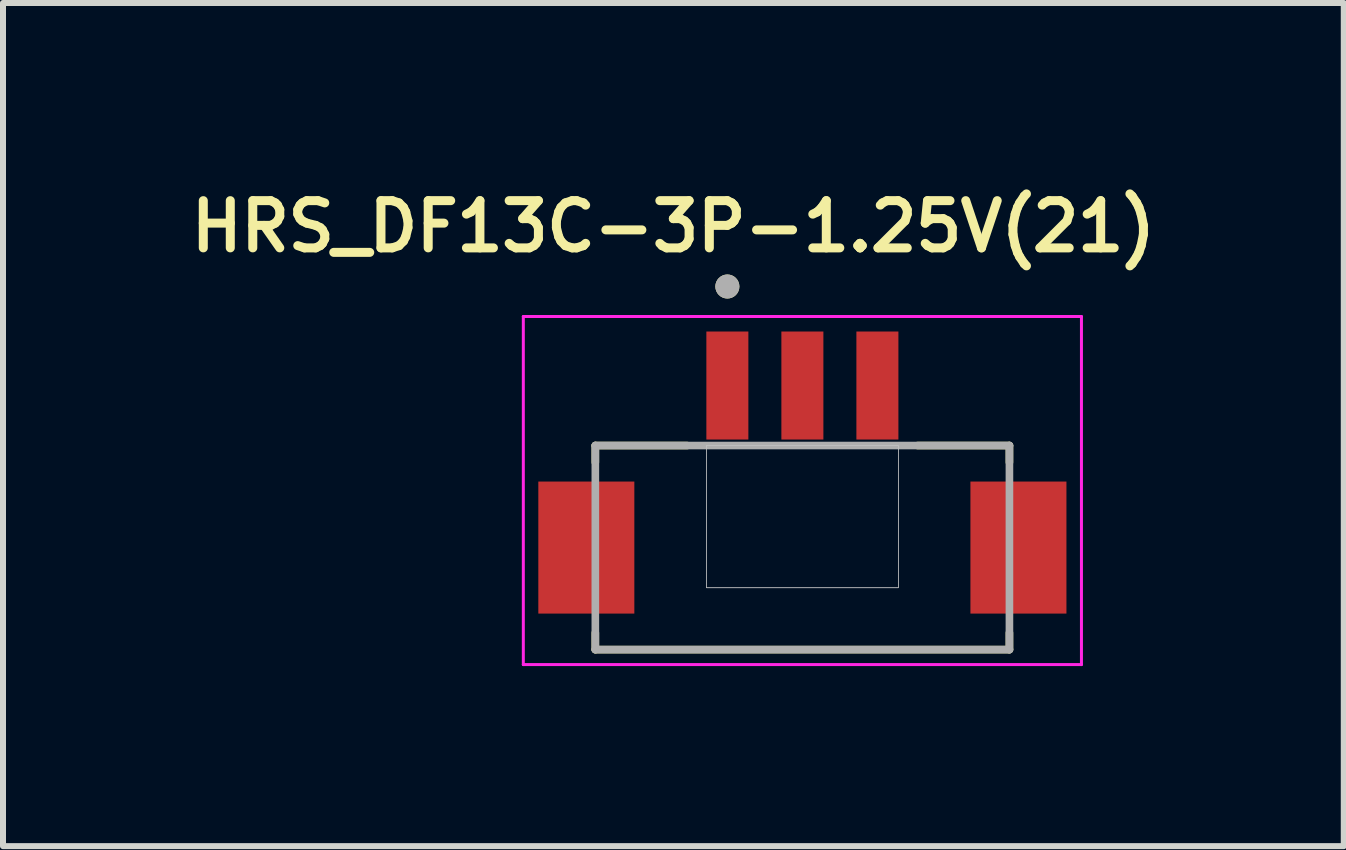
<source format=kicad_pcb>
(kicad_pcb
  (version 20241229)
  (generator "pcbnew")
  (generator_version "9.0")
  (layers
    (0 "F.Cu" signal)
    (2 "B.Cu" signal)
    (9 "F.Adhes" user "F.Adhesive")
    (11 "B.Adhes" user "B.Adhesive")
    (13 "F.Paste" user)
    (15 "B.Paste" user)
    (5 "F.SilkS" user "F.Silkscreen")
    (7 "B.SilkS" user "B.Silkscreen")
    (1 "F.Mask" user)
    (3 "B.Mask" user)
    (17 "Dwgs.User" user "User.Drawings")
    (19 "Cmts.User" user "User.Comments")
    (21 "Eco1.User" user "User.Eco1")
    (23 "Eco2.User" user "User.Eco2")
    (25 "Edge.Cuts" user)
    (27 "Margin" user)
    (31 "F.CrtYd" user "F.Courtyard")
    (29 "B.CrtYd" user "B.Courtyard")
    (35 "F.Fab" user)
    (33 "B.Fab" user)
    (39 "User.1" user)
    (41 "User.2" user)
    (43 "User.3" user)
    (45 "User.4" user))
  (footprint "HRS_DF13C-3P-1.25V(21)"
    (layer "F.Cu")
    (at 10.32 6.074)
    (property "Reference" "HRS_DF13C-3P-1.25V(21)" (at -2.15 -5.35 0) (layer "F.SilkS") (effects (font (size 0.787 0.787) (thickness 0.15))))
    (attr through_hole)
    (fp_line (start -3.45 -1.7) (end -3.45 -1.42) (stroke (width 0.127) (type solid)) (layer "F.SilkS"))
    (fp_line (start -3.45 1.7) (end -3.45 1.42) (stroke (width 0.127) (type solid)) (layer "F.SilkS"))
    (fp_line (start -3.45 1.7) (end 3.45 1.7) (stroke (width 0.127) (type solid)) (layer "F.SilkS"))
    (fp_line (start -1.92 -1.7) (end -3.45 -1.7) (stroke (width 0.127) (type solid)) (layer "F.SilkS"))
    (fp_line (start 3.45 -1.7) (end 1.92 -1.7) (stroke (width 0.127) (type solid)) (layer "F.SilkS"))
    (fp_line (start 3.45 -1.42) (end 3.45 -1.7) (stroke (width 0.127) (type solid)) (layer "F.SilkS"))
    (fp_line (start 3.45 1.7) (end 3.45 1.42) (stroke (width 0.127) (type solid)) (layer "F.SilkS"))
    (fp_circle (center -1.25 -4.35) (end -1.15 -4.35) (stroke (width 0.2) (type solid)) (fill no) (layer "F.SilkS"))
    (fp_poly (pts (xy -1.6 -1.7) (xy 1.6 -1.7) (xy 1.6 0.67) (xy -1.6 0.67)) (stroke (width 0.01) (type solid)) (fill no) (layer "Dwgs.User"))
    (fp_poly (pts (xy -1.6 -1.7) (xy 1.6 -1.7) (xy 1.6 0.67) (xy -1.6 0.67)) (stroke (width 0.01) (type solid)) (fill no) (layer "Dwgs.User"))
    (fp_line (start -4.65 -3.85) (end -4.65 1.95) (stroke (width 0.05) (type solid)) (layer "F.CrtYd"))
    (fp_line (start -4.65 1.95) (end 4.65 1.95) (stroke (width 0.05) (type solid)) (layer "F.CrtYd"))
    (fp_line (start 4.65 -3.85) (end -4.65 -3.85) (stroke (width 0.05) (type solid)) (layer "F.CrtYd"))
    (fp_line (start 4.65 1.95) (end 4.65 -3.85) (stroke (width 0.05) (type solid)) (layer "F.CrtYd"))
    (fp_line (start -3.45 -1.7) (end -3.45 1.7) (stroke (width 0.127) (type solid)) (layer "F.Fab"))
    (fp_line (start -3.45 1.7) (end 3.45 1.7) (stroke (width 0.127) (type solid)) (layer "F.Fab"))
    (fp_line (start 3.45 -1.7) (end -3.45 -1.7) (stroke (width 0.127) (type solid)) (layer "F.Fab"))
    (fp_line (start 3.45 1.7) (end 3.45 -1.7) (stroke (width 0.127) (type solid)) (layer "F.Fab"))
    (fp_circle (center -1.25 -4.35) (end -1.15 -4.35) (stroke (width 0.2) (type solid)) (fill no) (layer "F.Fab"))
    (pad "1" smd rect (at -1.25 -2.7) (size 0.7 1.8) (layers "F.Cu" "F.Mask" "F.Paste"))
    (pad "2" smd rect (at 0 -2.7) (size 0.7 1.8) (layers "F.Cu" "F.Mask" "F.Paste"))
    (pad "3" smd rect (at 1.25 -2.7) (size 0.7 1.8) (layers "F.Cu" "F.Mask" "F.Paste"))
    (pad "S1" smd rect (at -3.6 0) (size 1.6 2.2) (layers "F.Cu" "F.Mask" "F.Paste"))
    (pad "S2" smd rect (at 3.6 0) (size 1.6 2.2) (layers "F.Cu" "F.Mask" "F.Paste")))
  (gr_rect
    (start -3 -3)
    (end 19.341 11.049)
    (stroke (width 0.1) (type default))
    (fill no)
    (layer "Edge.Cuts")))
</source>
